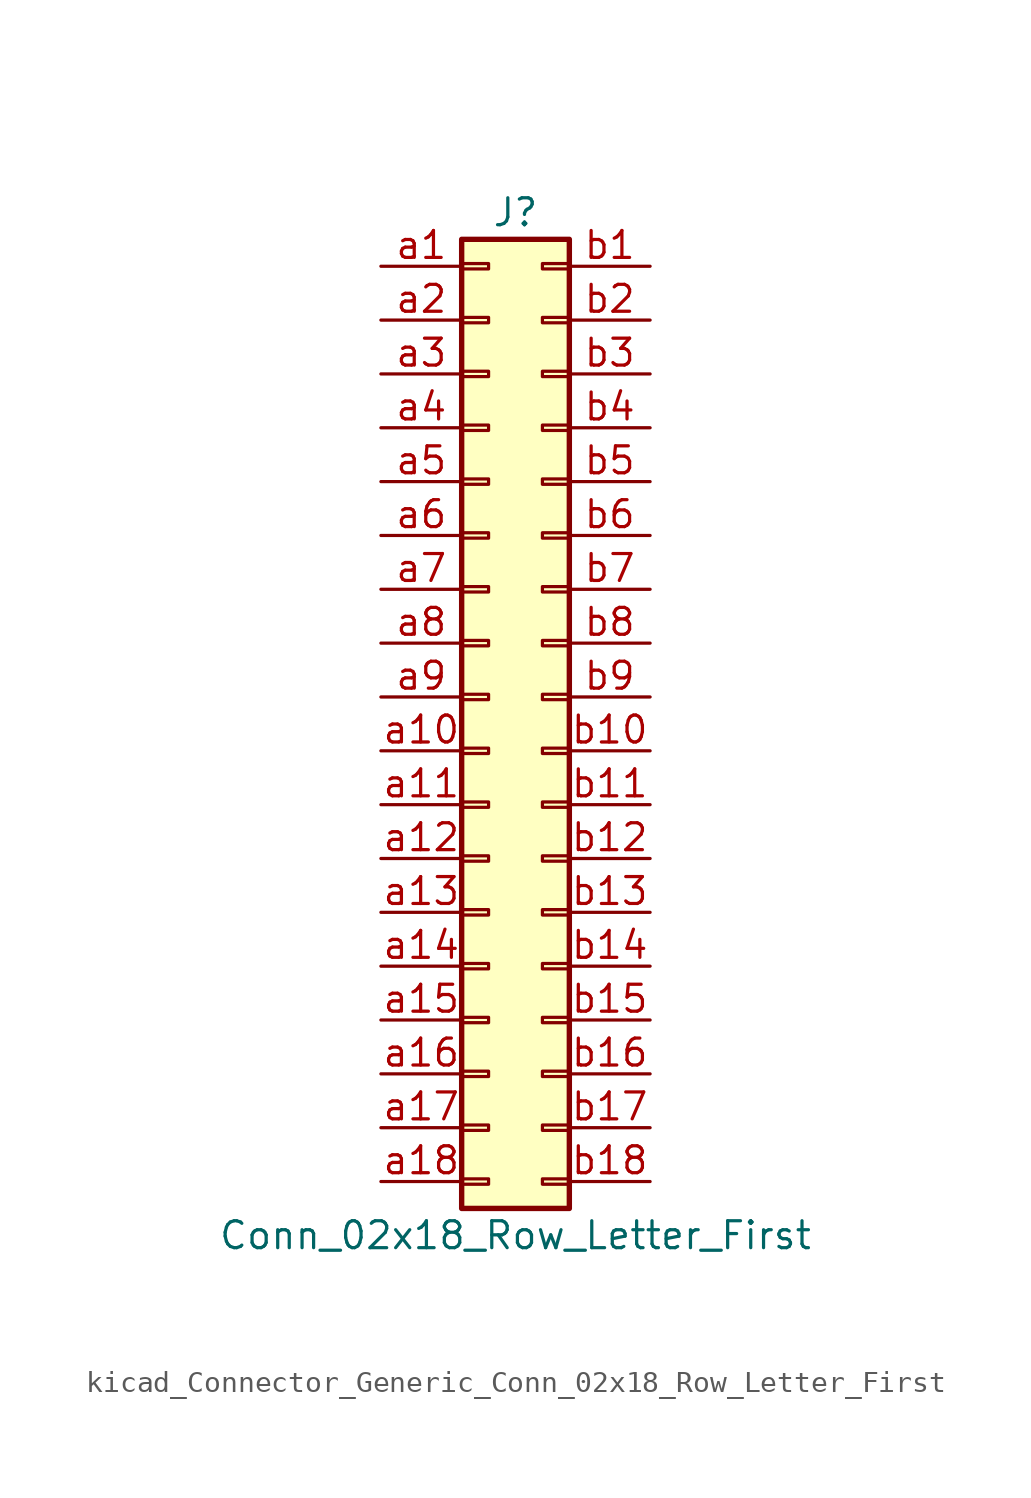
<source format=kicad_sym>
(kicad_symbol_lib
  (version 20220914)
  (generator kicad_symbol_editor)
  (symbol "kicad_Connector_Generic_Conn_02x18_Row_Letter_First"
    (pin_names
      (offset 1.016) hide)
    (property "Reference" "J"
      (at 1.27 22.86 0)
      (effects (font (size 1.27 1.27))))
    (property "Value" "Conn_02x18_Row_Letter_First"
      (at 1.27 -25.4 0)
      (effects (font (size 1.27 1.27))))
    (symbol "kicad_Connector_Generic_Conn_02x18_Row_Letter_First_1_1"
      (rectangle (start -1.27 -22.733) (end 0 -22.987) (stroke (width 0.152) (type default)) (fill (type none)))
      (rectangle (start -1.27 -20.193) (end 0 -20.447) (stroke (width 0.152) (type default)) (fill (type none)))
      (rectangle (start -1.27 -17.653) (end 0 -17.907) (stroke (width 0.152) (type default)) (fill (type none)))
      (rectangle (start -1.27 -15.113) (end 0 -15.367) (stroke (width 0.152) (type default)) (fill (type none)))
      (rectangle (start -1.27 -12.573) (end 0 -12.827) (stroke (width 0.152) (type default)) (fill (type none)))
      (rectangle (start -1.27 -10.033) (end 0 -10.287) (stroke (width 0.152) (type default)) (fill (type none)))
      (rectangle (start -1.27 -7.493) (end 0 -7.747) (stroke (width 0.152) (type default)) (fill (type none)))
      (rectangle (start -1.27 -4.953) (end 0 -5.207) (stroke (width 0.152) (type default)) (fill (type none)))
      (rectangle (start -1.27 -2.413) (end 0 -2.667) (stroke (width 0.152) (type default)) (fill (type none)))
      (rectangle (start -1.27 0.127) (end 0 -0.127) (stroke (width 0.152) (type default)) (fill (type none)))
      (rectangle (start -1.27 2.667) (end 0 2.413) (stroke (width 0.152) (type default)) (fill (type none)))
      (rectangle (start -1.27 5.207) (end 0 4.953) (stroke (width 0.152) (type default)) (fill (type none)))
      (rectangle (start -1.27 7.747) (end 0 7.493) (stroke (width 0.152) (type default)) (fill (type none)))
      (rectangle (start -1.27 10.287) (end 0 10.033) (stroke (width 0.152) (type default)) (fill (type none)))
      (rectangle (start -1.27 12.827) (end 0 12.573) (stroke (width 0.152) (type default)) (fill (type none)))
      (rectangle (start -1.27 15.367) (end 0 15.113) (stroke (width 0.152) (type default)) (fill (type none)))
      (rectangle (start -1.27 17.907) (end 0 17.653) (stroke (width 0.152) (type default)) (fill (type none)))
      (rectangle (start -1.27 20.447) (end 0 20.193) (stroke (width 0.152) (type default)) (fill (type none)))
      (rectangle (start -1.27 21.59) (end 3.81 -24.13) (stroke (width 0.254) (type default)) (fill (type background)))
      (rectangle (start 3.81 -22.733) (end 2.54 -22.987) (stroke (width 0.152) (type default)) (fill (type none)))
      (rectangle (start 3.81 -20.193) (end 2.54 -20.447) (stroke (width 0.152) (type default)) (fill (type none)))
      (rectangle (start 3.81 -17.653) (end 2.54 -17.907) (stroke (width 0.152) (type default)) (fill (type none)))
      (rectangle (start 3.81 -15.113) (end 2.54 -15.367) (stroke (width 0.152) (type default)) (fill (type none)))
      (rectangle (start 3.81 -12.573) (end 2.54 -12.827) (stroke (width 0.152) (type default)) (fill (type none)))
      (rectangle (start 3.81 -10.033) (end 2.54 -10.287) (stroke (width 0.152) (type default)) (fill (type none)))
      (rectangle (start 3.81 -7.493) (end 2.54 -7.747) (stroke (width 0.152) (type default)) (fill (type none)))
      (rectangle (start 3.81 -4.953) (end 2.54 -5.207) (stroke (width 0.152) (type default)) (fill (type none)))
      (rectangle (start 3.81 -2.413) (end 2.54 -2.667) (stroke (width 0.152) (type default)) (fill (type none)))
      (rectangle (start 3.81 0.127) (end 2.54 -0.127) (stroke (width 0.152) (type default)) (fill (type none)))
      (rectangle (start 3.81 2.667) (end 2.54 2.413) (stroke (width 0.152) (type default)) (fill (type none)))
      (rectangle (start 3.81 5.207) (end 2.54 4.953) (stroke (width 0.152) (type default)) (fill (type none)))
      (rectangle (start 3.81 7.747) (end 2.54 7.493) (stroke (width 0.152) (type default)) (fill (type none)))
      (rectangle (start 3.81 10.287) (end 2.54 10.033) (stroke (width 0.152) (type default)) (fill (type none)))
      (rectangle (start 3.81 12.827) (end 2.54 12.573) (stroke (width 0.152) (type default)) (fill (type none)))
      (rectangle (start 3.81 15.367) (end 2.54 15.113) (stroke (width 0.152) (type default)) (fill (type none)))
      (rectangle (start 3.81 17.907) (end 2.54 17.653) (stroke (width 0.152) (type default)) (fill (type none)))
      (rectangle (start 3.81 20.447) (end 2.54 20.193) (stroke (width 0.152) (type default)) (fill (type none)))
      (pin passive line (at -5.08 20.32 0) (length 3.81) (name "Pin_a1" (effects (font (size 1.27 1.27)))) (number "a1" (effects (font (size 1.27 1.27)))))
      (pin passive line (at -5.08 -2.54 0) (length 3.81) (name "Pin_a10" (effects (font (size 1.27 1.27)))) (number "a10" (effects (font (size 1.27 1.27)))))
      (pin passive line (at -5.08 -5.08 0) (length 3.81) (name "Pin_a11" (effects (font (size 1.27 1.27)))) (number "a11" (effects (font (size 1.27 1.27)))))
      (pin passive line (at -5.08 -7.62 0) (length 3.81) (name "Pin_a12" (effects (font (size 1.27 1.27)))) (number "a12" (effects (font (size 1.27 1.27)))))
      (pin passive line (at -5.08 -10.16 0) (length 3.81) (name "Pin_a13" (effects (font (size 1.27 1.27)))) (number "a13" (effects (font (size 1.27 1.27)))))
      (pin passive line (at -5.08 -12.7 0) (length 3.81) (name "Pin_a14" (effects (font (size 1.27 1.27)))) (number "a14" (effects (font (size 1.27 1.27)))))
      (pin passive line (at -5.08 -15.24 0) (length 3.81) (name "Pin_a15" (effects (font (size 1.27 1.27)))) (number "a15" (effects (font (size 1.27 1.27)))))
      (pin passive line (at -5.08 -17.78 0) (length 3.81) (name "Pin_a16" (effects (font (size 1.27 1.27)))) (number "a16" (effects (font (size 1.27 1.27)))))
      (pin passive line (at -5.08 -20.32 0) (length 3.81) (name "Pin_a17" (effects (font (size 1.27 1.27)))) (number "a17" (effects (font (size 1.27 1.27)))))
      (pin passive line (at -5.08 -22.86 0) (length 3.81) (name "Pin_a18" (effects (font (size 1.27 1.27)))) (number "a18" (effects (font (size 1.27 1.27)))))
      (pin passive line (at -5.08 17.78 0) (length 3.81) (name "Pin_a2" (effects (font (size 1.27 1.27)))) (number "a2" (effects (font (size 1.27 1.27)))))
      (pin passive line (at -5.08 15.24 0) (length 3.81) (name "Pin_a3" (effects (font (size 1.27 1.27)))) (number "a3" (effects (font (size 1.27 1.27)))))
      (pin passive line (at -5.08 12.7 0) (length 3.81) (name "Pin_a4" (effects (font (size 1.27 1.27)))) (number "a4" (effects (font (size 1.27 1.27)))))
      (pin passive line (at -5.08 10.16 0) (length 3.81) (name "Pin_a5" (effects (font (size 1.27 1.27)))) (number "a5" (effects (font (size 1.27 1.27)))))
      (pin passive line (at -5.08 7.62 0) (length 3.81) (name "Pin_a6" (effects (font (size 1.27 1.27)))) (number "a6" (effects (font (size 1.27 1.27)))))
      (pin passive line (at -5.08 5.08 0) (length 3.81) (name "Pin_a7" (effects (font (size 1.27 1.27)))) (number "a7" (effects (font (size 1.27 1.27)))))
      (pin passive line (at -5.08 2.54 0) (length 3.81) (name "Pin_a8" (effects (font (size 1.27 1.27)))) (number "a8" (effects (font (size 1.27 1.27)))))
      (pin passive line (at -5.08 0 0) (length 3.81) (name "Pin_a9" (effects (font (size 1.27 1.27)))) (number "a9" (effects (font (size 1.27 1.27)))))
      (pin passive line (at 7.62 20.32 180) (length 3.81) (name "Pin_b1" (effects (font (size 1.27 1.27)))) (number "b1" (effects (font (size 1.27 1.27)))))
      (pin passive line (at 7.62 -2.54 180) (length 3.81) (name "Pin_b10" (effects (font (size 1.27 1.27)))) (number "b10" (effects (font (size 1.27 1.27)))))
      (pin passive line (at 7.62 -5.08 180) (length 3.81) (name "Pin_b11" (effects (font (size 1.27 1.27)))) (number "b11" (effects (font (size 1.27 1.27)))))
      (pin passive line (at 7.62 -7.62 180) (length 3.81) (name "Pin_b12" (effects (font (size 1.27 1.27)))) (number "b12" (effects (font (size 1.27 1.27)))))
      (pin passive line (at 7.62 -10.16 180) (length 3.81) (name "Pin_b13" (effects (font (size 1.27 1.27)))) (number "b13" (effects (font (size 1.27 1.27)))))
      (pin passive line (at 7.62 -12.7 180) (length 3.81) (name "Pin_b14" (effects (font (size 1.27 1.27)))) (number "b14" (effects (font (size 1.27 1.27)))))
      (pin passive line (at 7.62 -15.24 180) (length 3.81) (name "Pin_b15" (effects (font (size 1.27 1.27)))) (number "b15" (effects (font (size 1.27 1.27)))))
      (pin passive line (at 7.62 -17.78 180) (length 3.81) (name "Pin_b16" (effects (font (size 1.27 1.27)))) (number "b16" (effects (font (size 1.27 1.27)))))
      (pin passive line (at 7.62 -20.32 180) (length 3.81) (name "Pin_b17" (effects (font (size 1.27 1.27)))) (number "b17" (effects (font (size 1.27 1.27)))))
      (pin passive line (at 7.62 -22.86 180) (length 3.81) (name "Pin_b18" (effects (font (size 1.27 1.27)))) (number "b18" (effects (font (size 1.27 1.27)))))
      (pin passive line (at 7.62 17.78 180) (length 3.81) (name "Pin_b2" (effects (font (size 1.27 1.27)))) (number "b2" (effects (font (size 1.27 1.27)))))
      (pin passive line (at 7.62 15.24 180) (length 3.81) (name "Pin_b3" (effects (font (size 1.27 1.27)))) (number "b3" (effects (font (size 1.27 1.27)))))
      (pin passive line (at 7.62 12.7 180) (length 3.81) (name "Pin_b4" (effects (font (size 1.27 1.27)))) (number "b4" (effects (font (size 1.27 1.27)))))
      (pin passive line (at 7.62 10.16 180) (length 3.81) (name "Pin_b5" (effects (font (size 1.27 1.27)))) (number "b5" (effects (font (size 1.27 1.27)))))
      (pin passive line (at 7.62 7.62 180) (length 3.81) (name "Pin_b6" (effects (font (size 1.27 1.27)))) (number "b6" (effects (font (size 1.27 1.27)))))
      (pin passive line (at 7.62 5.08 180) (length 3.81) (name "Pin_b7" (effects (font (size 1.27 1.27)))) (number "b7" (effects (font (size 1.27 1.27)))))
      (pin passive line (at 7.62 2.54 180) (length 3.81) (name "Pin_b8" (effects (font (size 1.27 1.27)))) (number "b8" (effects (font (size 1.27 1.27)))))
      (pin passive line (at 7.62 0 180) (length 3.81) (name "Pin_b9" (effects (font (size 1.27 1.27)))) (number "b9" (effects (font (size 1.27 1.27))))))))
</source>
